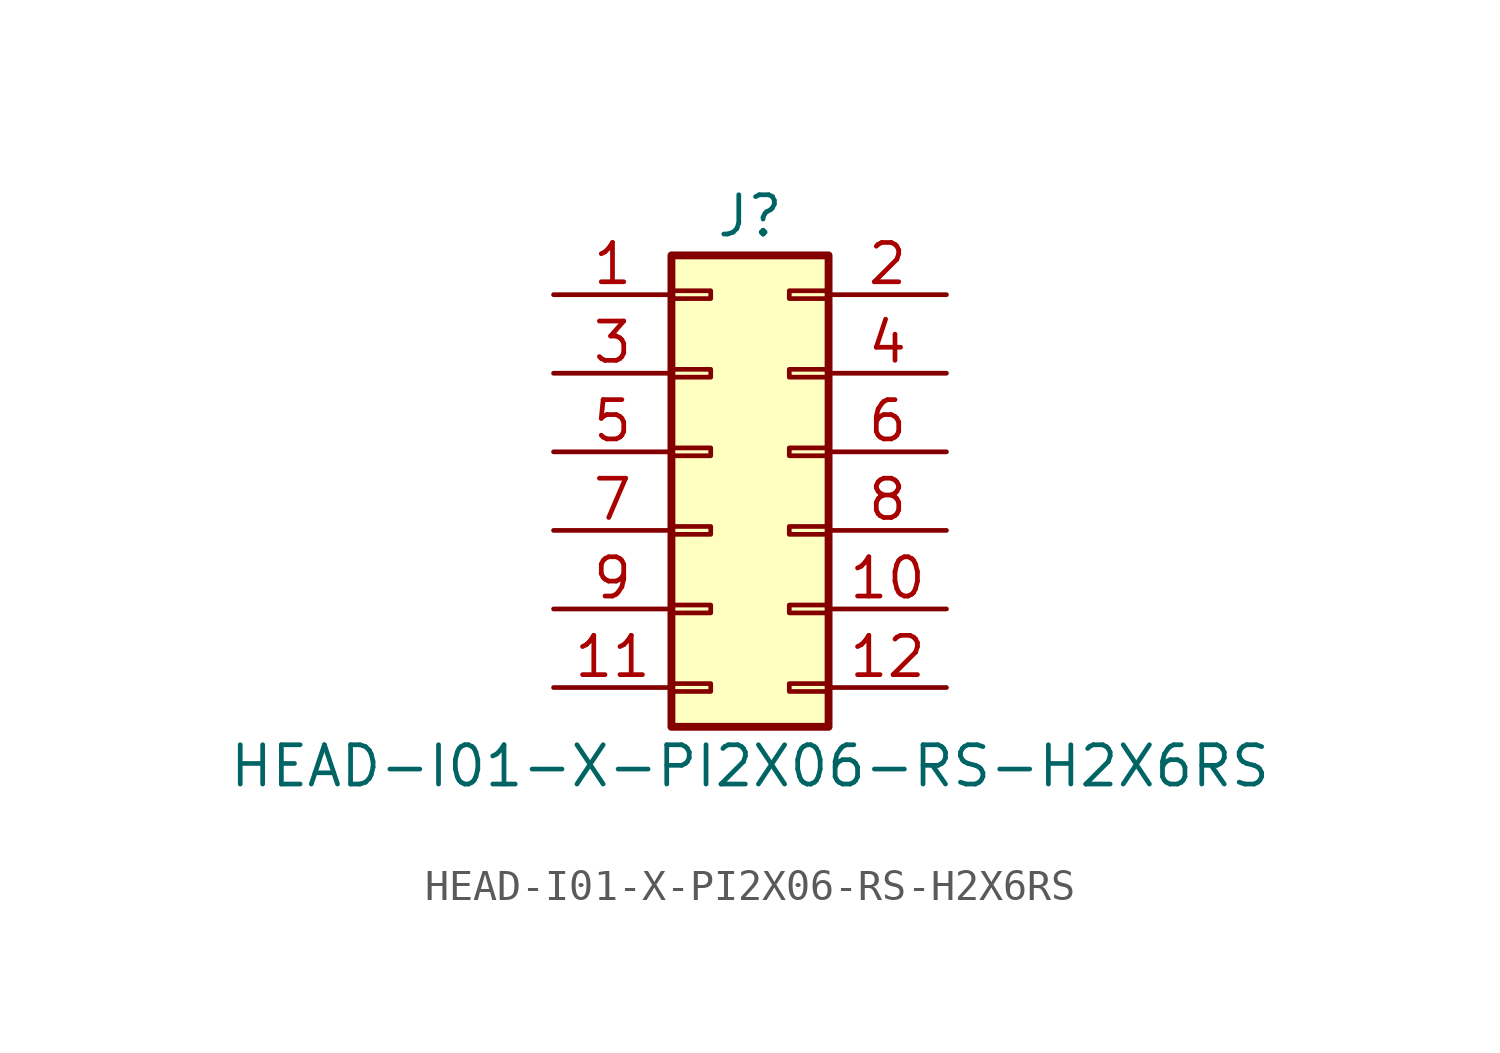
<source format=kicad_sym>
(kicad_symbol_lib
  (version 20211014)
  (generator kicad_symbol_editor)
  (symbol "HEAD-I01-X-PI2X06-RS-H2X6RS"
    (pin_names
      (offset 1.016) hide)
    (property "Reference" "J"
      (at 1.27 7.62 0)
      (effects (font (size 1.27 1.27))))
    (property "Value" "HEAD-I01-X-PI2X06-RS-H2X6RS"
      (at 1.27 -10.16 0)
      (effects (font (size 1.27 1.27))))
    (symbol "HEAD-I01-X-PI2X06-RS-H2X6RS_1_1"
      (rectangle (start -1.27 -7.493) (end 0 -7.747) (stroke (width 0.152) (type default) (color 0 0 0 0)) (fill (type none)))
      (rectangle (start -1.27 -4.953) (end 0 -5.207) (stroke (width 0.152) (type default) (color 0 0 0 0)) (fill (type none)))
      (rectangle (start -1.27 -2.413) (end 0 -2.667) (stroke (width 0.152) (type default) (color 0 0 0 0)) (fill (type none)))
      (rectangle (start -1.27 0.127) (end 0 -0.127) (stroke (width 0.152) (type default) (color 0 0 0 0)) (fill (type none)))
      (rectangle (start -1.27 2.667) (end 0 2.413) (stroke (width 0.152) (type default) (color 0 0 0 0)) (fill (type none)))
      (rectangle (start -1.27 5.207) (end 0 4.953) (stroke (width 0.152) (type default) (color 0 0 0 0)) (fill (type none)))
      (rectangle (start -1.27 6.35) (end 3.81 -8.89) (stroke (width 0.254) (type default) (color 0 0 0 0)) (fill (type background)))
      (rectangle (start 3.81 -7.493) (end 2.54 -7.747) (stroke (width 0.152) (type default) (color 0 0 0 0)) (fill (type none)))
      (rectangle (start 3.81 -4.953) (end 2.54 -5.207) (stroke (width 0.152) (type default) (color 0 0 0 0)) (fill (type none)))
      (rectangle (start 3.81 -2.413) (end 2.54 -2.667) (stroke (width 0.152) (type default) (color 0 0 0 0)) (fill (type none)))
      (rectangle (start 3.81 0.127) (end 2.54 -0.127) (stroke (width 0.152) (type default) (color 0 0 0 0)) (fill (type none)))
      (rectangle (start 3.81 2.667) (end 2.54 2.413) (stroke (width 0.152) (type default) (color 0 0 0 0)) (fill (type none)))
      (rectangle (start 3.81 5.207) (end 2.54 4.953) (stroke (width 0.152) (type default) (color 0 0 0 0)) (fill (type none)))
      (pin passive line (at -5.08 5.08 0) (length 3.81) (name "Pin_1" (effects (font (size 1.27 1.27)))) (number "1" (effects (font (size 1.27 1.27)))))
      (pin passive line (at 7.62 -5.08 180) (length 3.81) (name "Pin_10" (effects (font (size 1.27 1.27)))) (number "10" (effects (font (size 1.27 1.27)))))
      (pin passive line (at -5.08 -7.62 0) (length 3.81) (name "Pin_11" (effects (font (size 1.27 1.27)))) (number "11" (effects (font (size 1.27 1.27)))))
      (pin passive line (at 7.62 -7.62 180) (length 3.81) (name "Pin_12" (effects (font (size 1.27 1.27)))) (number "12" (effects (font (size 1.27 1.27)))))
      (pin passive line (at 7.62 5.08 180) (length 3.81) (name "Pin_2" (effects (font (size 1.27 1.27)))) (number "2" (effects (font (size 1.27 1.27)))))
      (pin passive line (at -5.08 2.54 0) (length 3.81) (name "Pin_3" (effects (font (size 1.27 1.27)))) (number "3" (effects (font (size 1.27 1.27)))))
      (pin passive line (at 7.62 2.54 180) (length 3.81) (name "Pin_4" (effects (font (size 1.27 1.27)))) (number "4" (effects (font (size 1.27 1.27)))))
      (pin passive line (at -5.08 0 0) (length 3.81) (name "Pin_5" (effects (font (size 1.27 1.27)))) (number "5" (effects (font (size 1.27 1.27)))))
      (pin passive line (at 7.62 0 180) (length 3.81) (name "Pin_6" (effects (font (size 1.27 1.27)))) (number "6" (effects (font (size 1.27 1.27)))))
      (pin passive line (at -5.08 -2.54 0) (length 3.81) (name "Pin_7" (effects (font (size 1.27 1.27)))) (number "7" (effects (font (size 1.27 1.27)))))
      (pin passive line (at 7.62 -2.54 180) (length 3.81) (name "Pin_8" (effects (font (size 1.27 1.27)))) (number "8" (effects (font (size 1.27 1.27)))))
      (pin passive line (at -5.08 -5.08 0) (length 3.81) (name "Pin_9" (effects (font (size 1.27 1.27)))) (number "9" (effects (font (size 1.27 1.27))))))))
</source>
